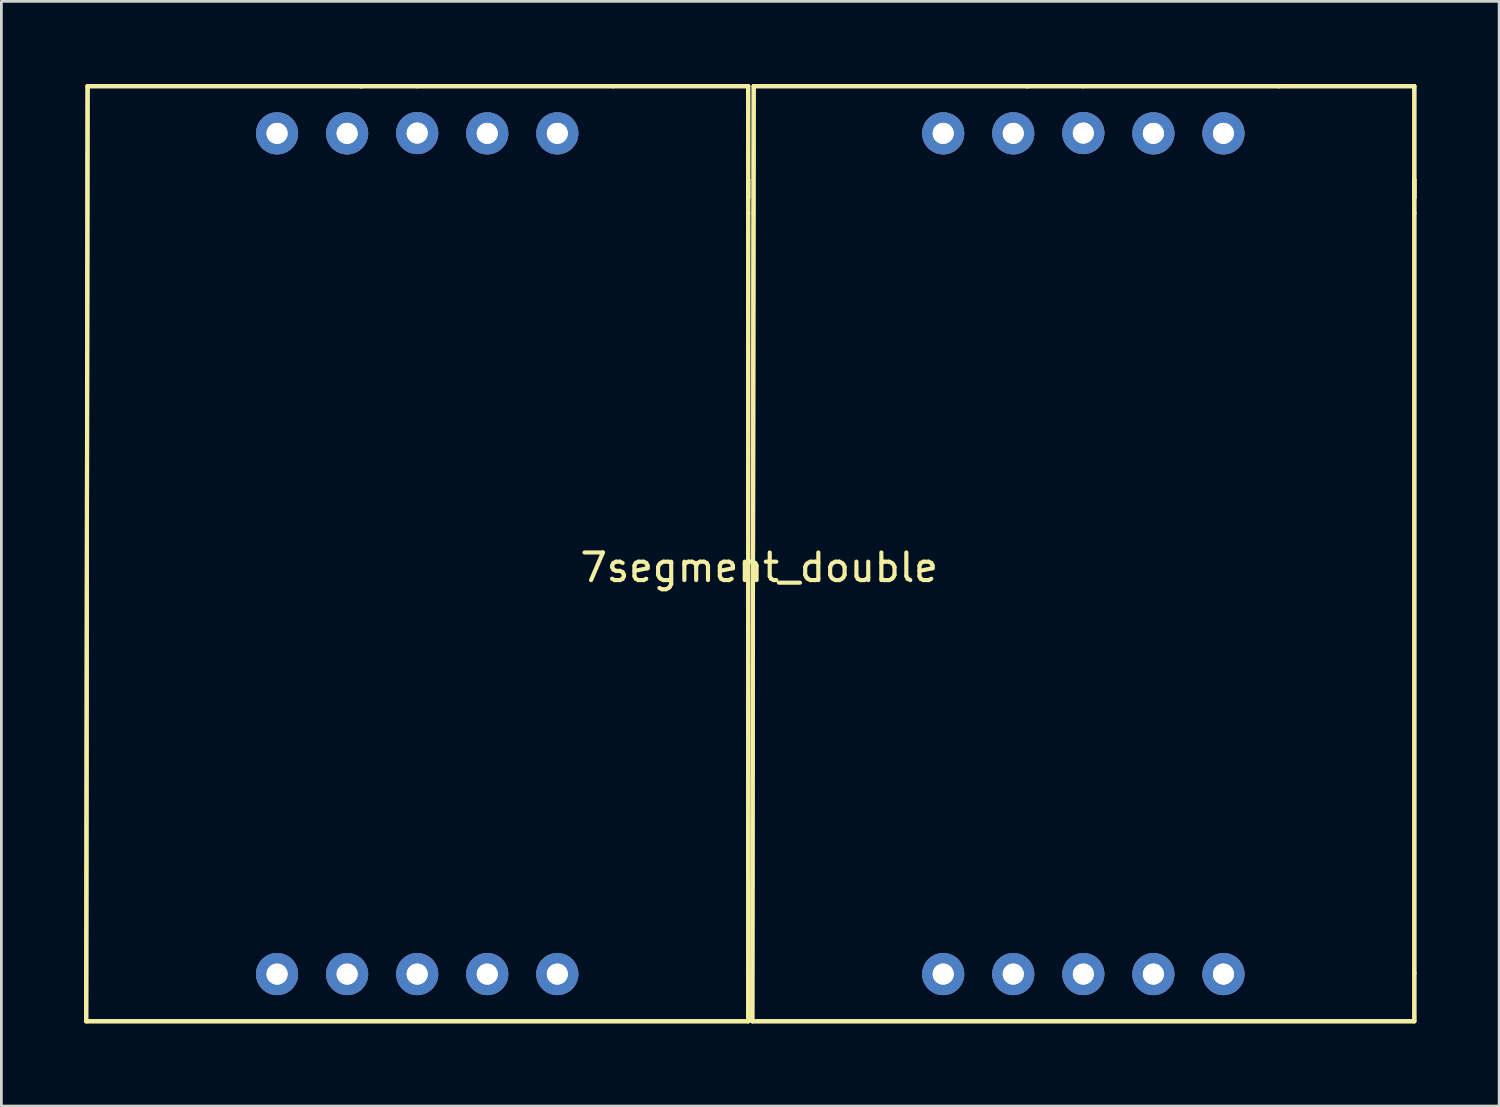
<source format=kicad_pcb>
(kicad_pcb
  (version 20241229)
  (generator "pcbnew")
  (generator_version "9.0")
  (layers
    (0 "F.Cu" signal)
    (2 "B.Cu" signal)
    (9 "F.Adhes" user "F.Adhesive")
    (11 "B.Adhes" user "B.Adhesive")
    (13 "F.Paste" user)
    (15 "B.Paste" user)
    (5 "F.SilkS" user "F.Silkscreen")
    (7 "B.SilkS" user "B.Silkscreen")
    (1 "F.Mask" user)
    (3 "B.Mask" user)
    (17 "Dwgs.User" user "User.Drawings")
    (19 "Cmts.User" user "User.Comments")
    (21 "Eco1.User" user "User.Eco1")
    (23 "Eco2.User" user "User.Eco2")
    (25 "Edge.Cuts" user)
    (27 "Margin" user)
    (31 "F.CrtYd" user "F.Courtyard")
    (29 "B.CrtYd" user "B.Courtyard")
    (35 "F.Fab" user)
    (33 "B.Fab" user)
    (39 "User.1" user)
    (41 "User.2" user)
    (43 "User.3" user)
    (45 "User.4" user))
  (footprint "7segment_double"
    (layer "F.Cu")
    (at 24.275 17.025)
    (property "Reference" "7segment_double" (at 0.2 0.5 0) (layer "F.SilkS") (effects (font (size 1 1) (thickness 0.15))))
    (attr through_hole)
    (fp_line (start -24.15 -16.95) (end -24.2 16.95) (stroke (width 0.15) (type solid)) (layer "F.SilkS"))
    (fp_line (start -24.15 -16.95) (end -24.2 16.95) (stroke (width 0.15) (type solid)) (layer "F.SilkS"))
    (fp_line (start -14.25 -16.95) (end -12.2 -16.95) (stroke (width 0.15) (type solid)) (layer "F.SilkS"))
    (fp_line (start -14.25 -16.95) (end -12.2 -16.95) (stroke (width 0.15) (type solid)) (layer "F.SilkS"))
    (fp_line (start -14.2 -16.95) (end -24.15 -16.95) (stroke (width 0.15) (type solid)) (layer "F.SilkS"))
    (fp_line (start -14.2 -16.95) (end -24.15 -16.95) (stroke (width 0.15) (type solid)) (layer "F.SilkS"))
    (fp_line (start -12.2 -16.95) (end -5.1 -16.95) (stroke (width 0.15) (type solid)) (layer "F.SilkS"))
    (fp_line (start -12.2 -16.95) (end -5.1 -16.95) (stroke (width 0.15) (type solid)) (layer "F.SilkS"))
    (fp_line (start -5.1 -16.95) (end -0.2 -16.95) (stroke (width 0.15) (type solid)) (layer "F.SilkS"))
    (fp_line (start -5.1 -16.95) (end -0.2 -16.95) (stroke (width 0.15) (type solid)) (layer "F.SilkS"))
    (fp_line (start -0.2 -16.95) (end -0.2 -13.55) (stroke (width 0.15) (type solid)) (layer "F.SilkS"))
    (fp_line (start -0.2 -16.95) (end -0.2 -13.55) (stroke (width 0.15) (type solid)) (layer "F.SilkS"))
    (fp_line (start -0.2 -13.55) (end -0.2 -12.9) (stroke (width 0.15) (type solid)) (layer "F.SilkS"))
    (fp_line (start -0.2 -13.55) (end -0.2 -12.9) (stroke (width 0.15) (type solid)) (layer "F.SilkS"))
    (fp_line (start -0.2 -13.55) (end -0.2 -12.35) (stroke (width 0.15) (type solid)) (layer "F.SilkS"))
    (fp_line (start -0.2 -13.55) (end -0.2 -12.35) (stroke (width 0.15) (type solid)) (layer "F.SilkS"))
    (fp_line (start -0.2 -12.35) (end -0.2 15.2) (stroke (width 0.15) (type solid)) (layer "F.SilkS"))
    (fp_line (start -0.2 -12.35) (end -0.2 15.2) (stroke (width 0.15) (type solid)) (layer "F.SilkS"))
    (fp_line (start -0.2 15.2) (end -0.2 16.95) (stroke (width 0.15) (type solid)) (layer "F.SilkS"))
    (fp_line (start -0.2 15.2) (end -0.2 16.95) (stroke (width 0.15) (type solid)) (layer "F.SilkS"))
    (fp_line (start -0.2 16.95) (end -24.2 16.95) (stroke (width 0.15) (type solid)) (layer "F.SilkS"))
    (fp_line (start -0.2 16.95) (end -24.2 16.95) (stroke (width 0.15) (type solid)) (layer "F.SilkS"))
    (fp_line (start 0 -16.95) (end -0.05 16.95) (stroke (width 0.15) (type solid)) (layer "F.SilkS"))
    (fp_line (start 0 -16.95) (end -0.05 16.95) (stroke (width 0.15) (type solid)) (layer "F.SilkS"))
    (fp_line (start 9.9 -16.95) (end 11.95 -16.95) (stroke (width 0.15) (type solid)) (layer "F.SilkS"))
    (fp_line (start 9.9 -16.95) (end 11.95 -16.95) (stroke (width 0.15) (type solid)) (layer "F.SilkS"))
    (fp_line (start 9.95 -16.95) (end 0 -16.95) (stroke (width 0.15) (type solid)) (layer "F.SilkS"))
    (fp_line (start 9.95 -16.95) (end 0 -16.95) (stroke (width 0.15) (type solid)) (layer "F.SilkS"))
    (fp_line (start 11.95 -16.95) (end 19.05 -16.95) (stroke (width 0.15) (type solid)) (layer "F.SilkS"))
    (fp_line (start 11.95 -16.95) (end 19.05 -16.95) (stroke (width 0.15) (type solid)) (layer "F.SilkS"))
    (fp_line (start 19.05 -16.95) (end 23.95 -16.95) (stroke (width 0.15) (type solid)) (layer "F.SilkS"))
    (fp_line (start 19.05 -16.95) (end 23.95 -16.95) (stroke (width 0.15) (type solid)) (layer "F.SilkS"))
    (fp_line (start 23.95 -16.95) (end 23.95 -13.55) (stroke (width 0.15) (type solid)) (layer "F.SilkS"))
    (fp_line (start 23.95 -16.95) (end 23.95 -13.55) (stroke (width 0.15) (type solid)) (layer "F.SilkS"))
    (fp_line (start 23.95 -13.55) (end 23.95 -12.9) (stroke (width 0.15) (type solid)) (layer "F.SilkS"))
    (fp_line (start 23.95 -13.55) (end 23.95 -12.9) (stroke (width 0.15) (type solid)) (layer "F.SilkS"))
    (fp_line (start 23.95 -13.55) (end 23.95 -12.35) (stroke (width 0.15) (type solid)) (layer "F.SilkS"))
    (fp_line (start 23.95 -13.55) (end 23.95 -12.35) (stroke (width 0.15) (type solid)) (layer "F.SilkS"))
    (fp_line (start 23.95 -12.35) (end 23.95 15.2) (stroke (width 0.15) (type solid)) (layer "F.SilkS"))
    (fp_line (start 23.95 -12.35) (end 23.95 15.2) (stroke (width 0.15) (type solid)) (layer "F.SilkS"))
    (fp_line (start 23.95 15.2) (end 23.95 16.95) (stroke (width 0.15) (type solid)) (layer "F.SilkS"))
    (fp_line (start 23.95 15.2) (end 23.95 16.95) (stroke (width 0.15) (type solid)) (layer "F.SilkS"))
    (fp_line (start 23.95 16.95) (end -0.05 16.95) (stroke (width 0.15) (type solid)) (layer "F.SilkS"))
    (fp_line (start 23.95 16.95) (end -0.05 16.95) (stroke (width 0.15) (type solid)) (layer "F.SilkS"))
    (pad "1" thru_hole circle (at -12.2 -15.25) (size 1.524 1.524) (drill 0.762) (layers "*.Cu" "*.Mask"))
    (pad "1" thru_hole circle (at -12.2 -15.25) (size 1.524 1.524) (drill 0.762) (layers "*.Cu" "*.Mask"))
    (pad "1" thru_hole circle (at 11.95 -15.25) (size 1.524 1.524) (drill 0.762) (layers "*.Cu" "*.Mask"))
    (pad "1" thru_hole circle (at 11.95 -15.25) (size 1.524 1.524) (drill 0.762) (layers "*.Cu" "*.Mask"))
    (pad "2" thru_hole circle (at -9.66 -15.24) (size 1.524 1.524) (drill 0.762) (layers "*.Cu" "*.Mask"))
    (pad "2" thru_hole circle (at -9.66 -15.24) (size 1.524 1.524) (drill 0.762) (layers "*.Cu" "*.Mask"))
    (pad "2" thru_hole circle (at 14.49 -15.24) (size 1.524 1.524) (drill 0.762) (layers "*.Cu" "*.Mask"))
    (pad "2" thru_hole circle (at 14.49 -15.24) (size 1.524 1.524) (drill 0.762) (layers "*.Cu" "*.Mask"))
    (pad "3" thru_hole circle (at -7.12 -15.24) (size 1.524 1.524) (drill 0.762) (layers "*.Cu" "*.Mask"))
    (pad "3" thru_hole circle (at -7.12 -15.24) (size 1.524 1.524) (drill 0.762) (layers "*.Cu" "*.Mask"))
    (pad "3" thru_hole circle (at 17.03 -15.24) (size 1.524 1.524) (drill 0.762) (layers "*.Cu" "*.Mask"))
    (pad "3" thru_hole circle (at 17.03 -15.24) (size 1.524 1.524) (drill 0.762) (layers "*.Cu" "*.Mask"))
    (pad "4" thru_hole circle (at -14.74 -15.24) (size 1.524 1.524) (drill 0.762) (layers "*.Cu" "*.Mask"))
    (pad "4" thru_hole circle (at -14.74 -15.24) (size 1.524 1.524) (drill 0.762) (layers "*.Cu" "*.Mask"))
    (pad "4" thru_hole circle (at 9.41 -15.24) (size 1.524 1.524) (drill 0.762) (layers "*.Cu" "*.Mask"))
    (pad "4" thru_hole circle (at 9.41 -15.24) (size 1.524 1.524) (drill 0.762) (layers "*.Cu" "*.Mask"))
    (pad "5" thru_hole circle (at -17.28 -15.24) (size 1.524 1.524) (drill 0.762) (layers "*.Cu" "*.Mask"))
    (pad "5" thru_hole circle (at -17.28 -15.24) (size 1.524 1.524) (drill 0.762) (layers "*.Cu" "*.Mask"))
    (pad "5" thru_hole circle (at 6.87 -15.24) (size 1.524 1.524) (drill 0.762) (layers "*.Cu" "*.Mask"))
    (pad "5" thru_hole circle (at 6.87 -15.24) (size 1.524 1.524) (drill 0.762) (layers "*.Cu" "*.Mask"))
    (pad "6" thru_hole circle (at -17.28 15.24) (size 1.524 1.524) (drill 0.762) (layers "*.Cu" "*.Mask"))
    (pad "6" thru_hole circle (at -17.28 15.24) (size 1.524 1.524) (drill 0.762) (layers "*.Cu" "*.Mask"))
    (pad "6" thru_hole circle (at 6.87 15.24) (size 1.524 1.524) (drill 0.762) (layers "*.Cu" "*.Mask"))
    (pad "6" thru_hole circle (at 6.87 15.24) (size 1.524 1.524) (drill 0.762) (layers "*.Cu" "*.Mask"))
    (pad "7" thru_hole circle (at -14.74 15.24) (size 1.524 1.524) (drill 0.762) (layers "*.Cu" "*.Mask"))
    (pad "7" thru_hole circle (at -14.74 15.24) (size 1.524 1.524) (drill 0.762) (layers "*.Cu" "*.Mask"))
    (pad "7" thru_hole circle (at 9.41 15.24) (size 1.524 1.524) (drill 0.762) (layers "*.Cu" "*.Mask"))
    (pad "7" thru_hole circle (at 9.41 15.24) (size 1.524 1.524) (drill 0.762) (layers "*.Cu" "*.Mask"))
    (pad "8" thru_hole circle (at -12.2 15.24) (size 1.524 1.524) (drill 0.762) (layers "*.Cu" "*.Mask"))
    (pad "8" thru_hole circle (at -12.2 15.24) (size 1.524 1.524) (drill 0.762) (layers "*.Cu" "*.Mask"))
    (pad "8" thru_hole circle (at 11.95 15.24) (size 1.524 1.524) (drill 0.762) (layers "*.Cu" "*.Mask"))
    (pad "8" thru_hole circle (at 11.95 15.24) (size 1.524 1.524) (drill 0.762) (layers "*.Cu" "*.Mask"))
    (pad "9" thru_hole circle (at -9.66 15.24) (size 1.524 1.524) (drill 0.762) (layers "*.Cu" "*.Mask"))
    (pad "9" thru_hole circle (at -9.66 15.24) (size 1.524 1.524) (drill 0.762) (layers "*.Cu" "*.Mask"))
    (pad "9" thru_hole circle (at 14.49 15.24) (size 1.524 1.524) (drill 0.762) (layers "*.Cu" "*.Mask"))
    (pad "9" thru_hole circle (at 14.49 15.24) (size 1.524 1.524) (drill 0.762) (layers "*.Cu" "*.Mask"))
    (pad "10" thru_hole circle (at -7.12 15.24) (size 1.524 1.524) (drill 0.762) (layers "*.Cu" "*.Mask"))
    (pad "10" thru_hole circle (at -7.12 15.24) (size 1.524 1.524) (drill 0.762) (layers "*.Cu" "*.Mask"))
    (pad "10" thru_hole circle (at 17.03 15.24) (size 1.524 1.524) (drill 0.762) (layers "*.Cu" "*.Mask"))
    (pad "10" thru_hole circle (at 17.03 15.24) (size 1.524 1.524) (drill 0.762) (layers "*.Cu" "*.Mask")))
  (gr_rect
    (start -3 -3)
    (end 51.3 37.05)
    (stroke (width 0.1) (type default))
    (fill no)
    (layer "Edge.Cuts")))
</source>
